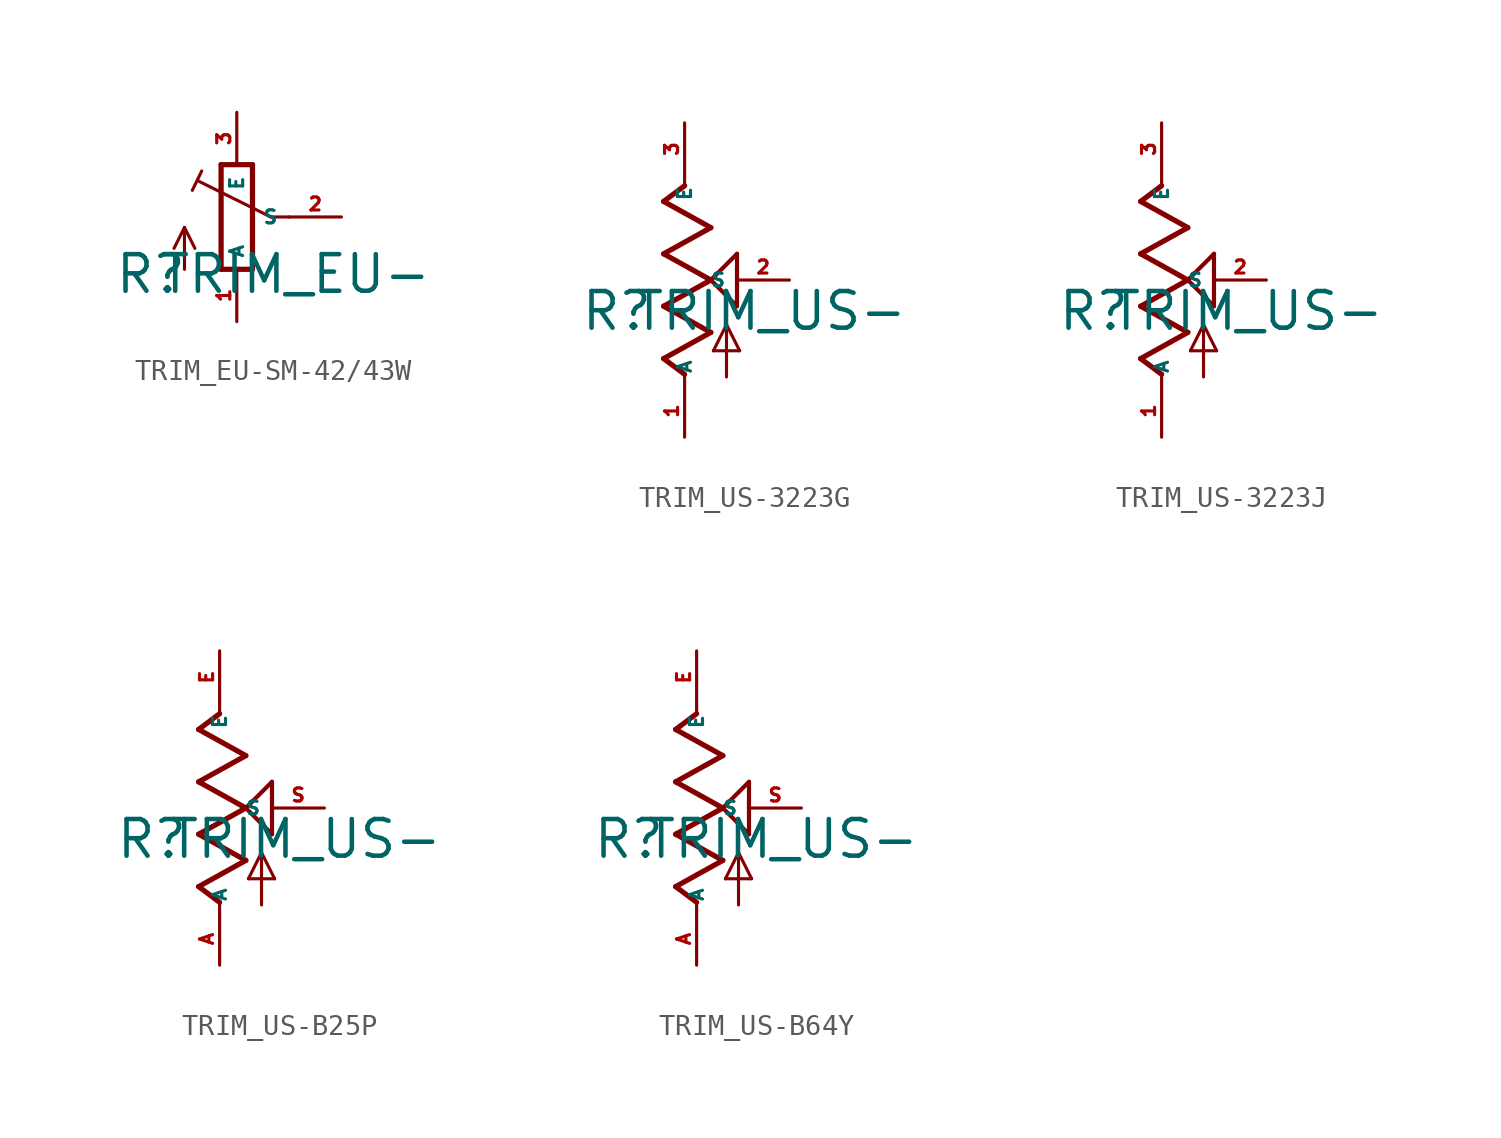
<source format=kicad_sym>
(kicad_symbol_lib
  (version 20220914)
  (generator Eagle2Kicad)
  (symbol "TRIM_EU-SM-42/43W"
    (property "Reference" "R"
      (at -5.969 -3.81 0)
      (effects (font (size 1.778 1.778) (thickness 0.22)) (justify left bottom)))
    (property "Value" "TRIM_EU-"
      (at -3.81 -3.81 0)
      (effects (font (size 1.778 1.778) (thickness 0.22)) (justify left bottom)))
    (polyline
      (pts (xy -0.762 2.54) (xy -0.762 -2.54))
      (stroke (width 0.254) (type default))
      (fill (type none)))
    (polyline
      (pts (xy 0.762 -2.54) (xy 0.762 2.54))
      (stroke (width 0.254) (type default))
      (fill (type none)))
    (polyline
      (pts (xy 2.54 0) (xy 1.651 0))
      (stroke (width 0.152) (type default))
      (fill (type none)))
    (polyline
      (pts (xy 1.651 0) (xy -1.88 1.753))
      (stroke (width 0.152) (type default))
      (fill (type none)))
    (polyline
      (pts (xy 0.762 2.54) (xy -0.762 2.54))
      (stroke (width 0.254) (type default))
      (fill (type none)))
    (polyline
      (pts (xy -0.762 -2.54) (xy 0.762 -2.54))
      (stroke (width 0.254) (type default))
      (fill (type none)))
    (polyline
      (pts (xy -2.54 -2.54) (xy -2.54 -0.508))
      (stroke (width 0.152) (type default))
      (fill (type none)))
    (polyline
      (pts (xy -2.54 -0.508) (xy -3.048 -1.524))
      (stroke (width 0.152) (type default))
      (fill (type none)))
    (polyline
      (pts (xy -2.54 -0.508) (xy -2.032 -1.524))
      (stroke (width 0.152) (type default))
      (fill (type none)))
    (polyline
      (pts (xy -2.16 1.294) (xy -1.702 2.235))
      (stroke (width 0.152) (type default))
      (fill (type none)))
    (pin passive line
      (at 0 -5.08 90)
      (length 2.54)
      (name "A" (effects (font (size 0.635 0.635) (thickness 0.08)) (justify left bottom)))
      (number "1" (effects (font (size 0.635 0.635) (thickness 0.08)) (justify left bottom))))
    (pin passive line
      (at 0 5.08 270)
      (length 2.54)
      (name "E" (effects (font (size 0.635 0.635) (thickness 0.08)) (justify left bottom)))
      (number "3" (effects (font (size 0.635 0.635) (thickness 0.08)) (justify left bottom))))
    (pin passive line
      (at 5.08 0 180)
      (length 2.54)
      (name "S" (effects (font (size 0.635 0.635) (thickness 0.08)) (justify left bottom)))
      (number "2" (effects (font (size 0.635 0.635) (thickness 0.08)) (justify left bottom)))))
  (symbol "TRIM_US-3223G"
    (property "Reference" "R"
      (at -5.08 -2.54 0)
      (effects (font (size 1.778 1.778) (thickness 0.22)) (justify left bottom)))
    (property "Value" "TRIM_US-"
      (at -2.54 -2.54 0)
      (effects (font (size 1.778 1.778) (thickness 0.22)) (justify left bottom)))
    (polyline
      (pts (xy 0 -5.08) (xy 0 -4.572))
      (stroke (width 0.152) (type default))
      (fill (type none)))
    (polyline
      (pts (xy 0 -4.572) (xy -1.016 -3.81))
      (stroke (width 0.254) (type default))
      (fill (type none)))
    (polyline
      (pts (xy -1.016 -3.81) (xy 1.27 -2.54))
      (stroke (width 0.254) (type default))
      (fill (type none)))
    (polyline
      (pts (xy 1.27 -2.54) (xy -1.016 -1.27))
      (stroke (width 0.254) (type default))
      (fill (type none)))
    (polyline
      (pts (xy -1.016 -1.27) (xy 1.27 0))
      (stroke (width 0.254) (type default))
      (fill (type none)))
    (polyline
      (pts (xy 1.27 0) (xy -1.016 1.27))
      (stroke (width 0.254) (type default))
      (fill (type none)))
    (polyline
      (pts (xy -1.016 1.27) (xy 1.27 2.54))
      (stroke (width 0.254) (type default))
      (fill (type none)))
    (polyline
      (pts (xy 1.27 2.54) (xy -1.016 3.81))
      (stroke (width 0.254) (type default))
      (fill (type none)))
    (polyline
      (pts (xy -1.016 3.81) (xy 0 4.572))
      (stroke (width 0.254) (type default))
      (fill (type none)))
    (polyline
      (pts (xy 0 4.572) (xy 0 5.08))
      (stroke (width 0.152) (type default))
      (fill (type none)))
    (polyline
      (pts (xy 1.27 0) (xy 2.54 1.27))
      (stroke (width 0.203) (type default))
      (fill (type none)))
    (polyline
      (pts (xy 2.54 -1.27) (xy 1.27 0))
      (stroke (width 0.203) (type default))
      (fill (type none)))
    (polyline
      (pts (xy 2.54 1.27) (xy 2.54 -1.27))
      (stroke (width 0.203) (type default))
      (fill (type none)))
    (polyline
      (pts (xy 2.032 -4.699) (xy 2.032 -2.159))
      (stroke (width 0.152) (type default))
      (fill (type none)))
    (polyline
      (pts (xy 2.032 -2.159) (xy 2.667 -3.429))
      (stroke (width 0.152) (type default))
      (fill (type none)))
    (polyline
      (pts (xy 2.667 -3.429) (xy 1.397 -3.429))
      (stroke (width 0.152) (type default))
      (fill (type none)))
    (polyline
      (pts (xy 1.397 -3.429) (xy 2.032 -2.159))
      (stroke (width 0.152) (type default))
      (fill (type none)))
    (pin passive line
      (at 0 -7.62 90)
      (length 2.54)
      (name "A" (effects (font (size 0.635 0.635) (thickness 0.08)) (justify left bottom)))
      (number "1" (effects (font (size 0.635 0.635) (thickness 0.08)) (justify left bottom))))
    (pin passive line
      (at 0 7.62 270)
      (length 2.54)
      (name "E" (effects (font (size 0.635 0.635) (thickness 0.08)) (justify left bottom)))
      (number "3" (effects (font (size 0.635 0.635) (thickness 0.08)) (justify left bottom))))
    (pin passive line
      (at 5.08 0 180)
      (length 2.54)
      (name "S" (effects (font (size 0.635 0.635) (thickness 0.08)) (justify left bottom)))
      (number "2" (effects (font (size 0.635 0.635) (thickness 0.08)) (justify left bottom)))))
  (symbol "TRIM_US-3223J"
    (property "Reference" "R"
      (at -5.08 -2.54 0)
      (effects (font (size 1.778 1.778) (thickness 0.22)) (justify left bottom)))
    (property "Value" "TRIM_US-"
      (at -2.54 -2.54 0)
      (effects (font (size 1.778 1.778) (thickness 0.22)) (justify left bottom)))
    (polyline
      (pts (xy 0 -5.08) (xy 0 -4.572))
      (stroke (width 0.152) (type default))
      (fill (type none)))
    (polyline
      (pts (xy 0 -4.572) (xy -1.016 -3.81))
      (stroke (width 0.254) (type default))
      (fill (type none)))
    (polyline
      (pts (xy -1.016 -3.81) (xy 1.27 -2.54))
      (stroke (width 0.254) (type default))
      (fill (type none)))
    (polyline
      (pts (xy 1.27 -2.54) (xy -1.016 -1.27))
      (stroke (width 0.254) (type default))
      (fill (type none)))
    (polyline
      (pts (xy -1.016 -1.27) (xy 1.27 0))
      (stroke (width 0.254) (type default))
      (fill (type none)))
    (polyline
      (pts (xy 1.27 0) (xy -1.016 1.27))
      (stroke (width 0.254) (type default))
      (fill (type none)))
    (polyline
      (pts (xy -1.016 1.27) (xy 1.27 2.54))
      (stroke (width 0.254) (type default))
      (fill (type none)))
    (polyline
      (pts (xy 1.27 2.54) (xy -1.016 3.81))
      (stroke (width 0.254) (type default))
      (fill (type none)))
    (polyline
      (pts (xy -1.016 3.81) (xy 0 4.572))
      (stroke (width 0.254) (type default))
      (fill (type none)))
    (polyline
      (pts (xy 0 4.572) (xy 0 5.08))
      (stroke (width 0.152) (type default))
      (fill (type none)))
    (polyline
      (pts (xy 1.27 0) (xy 2.54 1.27))
      (stroke (width 0.203) (type default))
      (fill (type none)))
    (polyline
      (pts (xy 2.54 -1.27) (xy 1.27 0))
      (stroke (width 0.203) (type default))
      (fill (type none)))
    (polyline
      (pts (xy 2.54 1.27) (xy 2.54 -1.27))
      (stroke (width 0.203) (type default))
      (fill (type none)))
    (polyline
      (pts (xy 2.032 -4.699) (xy 2.032 -2.159))
      (stroke (width 0.152) (type default))
      (fill (type none)))
    (polyline
      (pts (xy 2.032 -2.159) (xy 2.667 -3.429))
      (stroke (width 0.152) (type default))
      (fill (type none)))
    (polyline
      (pts (xy 2.667 -3.429) (xy 1.397 -3.429))
      (stroke (width 0.152) (type default))
      (fill (type none)))
    (polyline
      (pts (xy 1.397 -3.429) (xy 2.032 -2.159))
      (stroke (width 0.152) (type default))
      (fill (type none)))
    (pin passive line
      (at 0 -7.62 90)
      (length 2.54)
      (name "A" (effects (font (size 0.635 0.635) (thickness 0.08)) (justify left bottom)))
      (number "1" (effects (font (size 0.635 0.635) (thickness 0.08)) (justify left bottom))))
    (pin passive line
      (at 0 7.62 270)
      (length 2.54)
      (name "E" (effects (font (size 0.635 0.635) (thickness 0.08)) (justify left bottom)))
      (number "3" (effects (font (size 0.635 0.635) (thickness 0.08)) (justify left bottom))))
    (pin passive line
      (at 5.08 0 180)
      (length 2.54)
      (name "S" (effects (font (size 0.635 0.635) (thickness 0.08)) (justify left bottom)))
      (number "2" (effects (font (size 0.635 0.635) (thickness 0.08)) (justify left bottom)))))
  (symbol "TRIM_US-B25P"
    (property "Reference" "R"
      (at -5.08 -2.54 0)
      (effects (font (size 1.778 1.778) (thickness 0.22)) (justify left bottom)))
    (property "Value" "TRIM_US-"
      (at -2.54 -2.54 0)
      (effects (font (size 1.778 1.778) (thickness 0.22)) (justify left bottom)))
    (polyline
      (pts (xy 0 -5.08) (xy 0 -4.572))
      (stroke (width 0.152) (type default))
      (fill (type none)))
    (polyline
      (pts (xy 0 -4.572) (xy -1.016 -3.81))
      (stroke (width 0.254) (type default))
      (fill (type none)))
    (polyline
      (pts (xy -1.016 -3.81) (xy 1.27 -2.54))
      (stroke (width 0.254) (type default))
      (fill (type none)))
    (polyline
      (pts (xy 1.27 -2.54) (xy -1.016 -1.27))
      (stroke (width 0.254) (type default))
      (fill (type none)))
    (polyline
      (pts (xy -1.016 -1.27) (xy 1.27 0))
      (stroke (width 0.254) (type default))
      (fill (type none)))
    (polyline
      (pts (xy 1.27 0) (xy -1.016 1.27))
      (stroke (width 0.254) (type default))
      (fill (type none)))
    (polyline
      (pts (xy -1.016 1.27) (xy 1.27 2.54))
      (stroke (width 0.254) (type default))
      (fill (type none)))
    (polyline
      (pts (xy 1.27 2.54) (xy -1.016 3.81))
      (stroke (width 0.254) (type default))
      (fill (type none)))
    (polyline
      (pts (xy -1.016 3.81) (xy 0 4.572))
      (stroke (width 0.254) (type default))
      (fill (type none)))
    (polyline
      (pts (xy 0 4.572) (xy 0 5.08))
      (stroke (width 0.152) (type default))
      (fill (type none)))
    (polyline
      (pts (xy 1.27 0) (xy 2.54 1.27))
      (stroke (width 0.203) (type default))
      (fill (type none)))
    (polyline
      (pts (xy 2.54 -1.27) (xy 1.27 0))
      (stroke (width 0.203) (type default))
      (fill (type none)))
    (polyline
      (pts (xy 2.54 1.27) (xy 2.54 -1.27))
      (stroke (width 0.203) (type default))
      (fill (type none)))
    (polyline
      (pts (xy 2.032 -4.699) (xy 2.032 -2.159))
      (stroke (width 0.152) (type default))
      (fill (type none)))
    (polyline
      (pts (xy 2.032 -2.159) (xy 2.667 -3.429))
      (stroke (width 0.152) (type default))
      (fill (type none)))
    (polyline
      (pts (xy 2.667 -3.429) (xy 1.397 -3.429))
      (stroke (width 0.152) (type default))
      (fill (type none)))
    (polyline
      (pts (xy 1.397 -3.429) (xy 2.032 -2.159))
      (stroke (width 0.152) (type default))
      (fill (type none)))
    (pin passive line
      (at 0 -7.62 90)
      (length 2.54)
      (name "A" (effects (font (size 0.635 0.635) (thickness 0.08)) (justify left bottom)))
      (number "A" (effects (font (size 0.635 0.635) (thickness 0.08)) (justify left bottom))))
    (pin passive line
      (at 0 7.62 270)
      (length 2.54)
      (name "E" (effects (font (size 0.635 0.635) (thickness 0.08)) (justify left bottom)))
      (number "E" (effects (font (size 0.635 0.635) (thickness 0.08)) (justify left bottom))))
    (pin passive line
      (at 5.08 0 180)
      (length 2.54)
      (name "S" (effects (font (size 0.635 0.635) (thickness 0.08)) (justify left bottom)))
      (number "S" (effects (font (size 0.635 0.635) (thickness 0.08)) (justify left bottom)))))
  (symbol "TRIM_US-B64Y"
    (property "Reference" "R"
      (at -5.08 -2.54 0)
      (effects (font (size 1.778 1.778) (thickness 0.22)) (justify left bottom)))
    (property "Value" "TRIM_US-"
      (at -2.54 -2.54 0)
      (effects (font (size 1.778 1.778) (thickness 0.22)) (justify left bottom)))
    (polyline
      (pts (xy 0 -5.08) (xy 0 -4.572))
      (stroke (width 0.152) (type default))
      (fill (type none)))
    (polyline
      (pts (xy 0 -4.572) (xy -1.016 -3.81))
      (stroke (width 0.254) (type default))
      (fill (type none)))
    (polyline
      (pts (xy -1.016 -3.81) (xy 1.27 -2.54))
      (stroke (width 0.254) (type default))
      (fill (type none)))
    (polyline
      (pts (xy 1.27 -2.54) (xy -1.016 -1.27))
      (stroke (width 0.254) (type default))
      (fill (type none)))
    (polyline
      (pts (xy -1.016 -1.27) (xy 1.27 0))
      (stroke (width 0.254) (type default))
      (fill (type none)))
    (polyline
      (pts (xy 1.27 0) (xy -1.016 1.27))
      (stroke (width 0.254) (type default))
      (fill (type none)))
    (polyline
      (pts (xy -1.016 1.27) (xy 1.27 2.54))
      (stroke (width 0.254) (type default))
      (fill (type none)))
    (polyline
      (pts (xy 1.27 2.54) (xy -1.016 3.81))
      (stroke (width 0.254) (type default))
      (fill (type none)))
    (polyline
      (pts (xy -1.016 3.81) (xy 0 4.572))
      (stroke (width 0.254) (type default))
      (fill (type none)))
    (polyline
      (pts (xy 0 4.572) (xy 0 5.08))
      (stroke (width 0.152) (type default))
      (fill (type none)))
    (polyline
      (pts (xy 1.27 0) (xy 2.54 1.27))
      (stroke (width 0.203) (type default))
      (fill (type none)))
    (polyline
      (pts (xy 2.54 -1.27) (xy 1.27 0))
      (stroke (width 0.203) (type default))
      (fill (type none)))
    (polyline
      (pts (xy 2.54 1.27) (xy 2.54 -1.27))
      (stroke (width 0.203) (type default))
      (fill (type none)))
    (polyline
      (pts (xy 2.032 -4.699) (xy 2.032 -2.159))
      (stroke (width 0.152) (type default))
      (fill (type none)))
    (polyline
      (pts (xy 2.032 -2.159) (xy 2.667 -3.429))
      (stroke (width 0.152) (type default))
      (fill (type none)))
    (polyline
      (pts (xy 2.667 -3.429) (xy 1.397 -3.429))
      (stroke (width 0.152) (type default))
      (fill (type none)))
    (polyline
      (pts (xy 1.397 -3.429) (xy 2.032 -2.159))
      (stroke (width 0.152) (type default))
      (fill (type none)))
    (pin passive line
      (at 0 -7.62 90)
      (length 2.54)
      (name "A" (effects (font (size 0.635 0.635) (thickness 0.08)) (justify left bottom)))
      (number "A" (effects (font (size 0.635 0.635) (thickness 0.08)) (justify left bottom))))
    (pin passive line
      (at 0 7.62 270)
      (length 2.54)
      (name "E" (effects (font (size 0.635 0.635) (thickness 0.08)) (justify left bottom)))
      (number "E" (effects (font (size 0.635 0.635) (thickness 0.08)) (justify left bottom))))
    (pin passive line
      (at 5.08 0 180)
      (length 2.54)
      (name "S" (effects (font (size 0.635 0.635) (thickness 0.08)) (justify left bottom)))
      (number "S" (effects (font (size 0.635 0.635) (thickness 0.08)) (justify left bottom))))))
</source>
